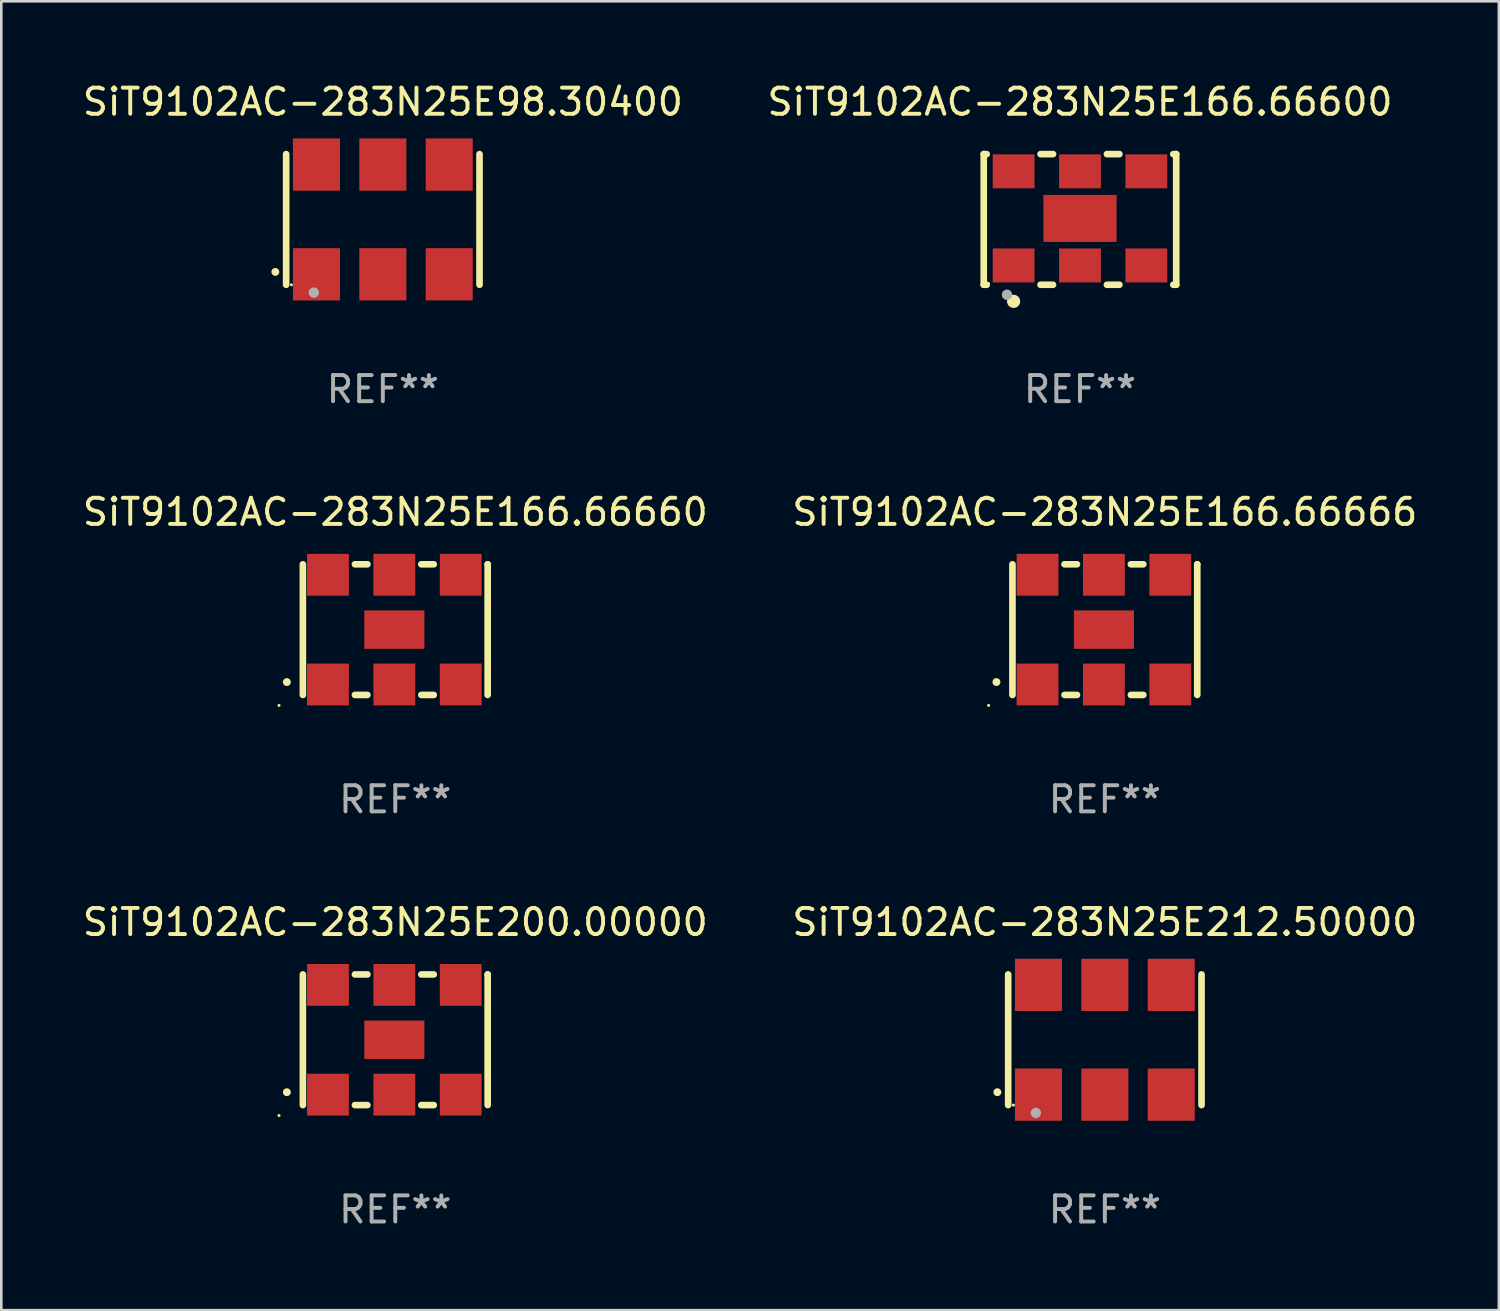
<source format=kicad_pcb>
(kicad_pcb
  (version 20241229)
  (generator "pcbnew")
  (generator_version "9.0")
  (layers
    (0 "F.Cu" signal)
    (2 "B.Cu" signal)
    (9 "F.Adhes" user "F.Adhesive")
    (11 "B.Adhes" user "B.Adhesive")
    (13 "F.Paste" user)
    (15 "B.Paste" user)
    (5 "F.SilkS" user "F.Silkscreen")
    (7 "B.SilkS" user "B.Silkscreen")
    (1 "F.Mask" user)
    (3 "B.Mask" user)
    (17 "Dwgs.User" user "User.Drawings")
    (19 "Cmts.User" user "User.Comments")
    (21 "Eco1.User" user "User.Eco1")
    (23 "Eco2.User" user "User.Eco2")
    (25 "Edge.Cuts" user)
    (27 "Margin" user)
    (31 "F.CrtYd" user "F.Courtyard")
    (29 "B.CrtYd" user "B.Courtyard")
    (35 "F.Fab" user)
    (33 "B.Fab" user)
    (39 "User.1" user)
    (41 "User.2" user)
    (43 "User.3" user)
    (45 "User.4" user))
  (footprint "SiT9102AC-283N25E200.00000"
    (layer "F.Cu")
    (at 12.077 36.741)
    (property "Reference" "SiT9102AC-283N25E200.00000" (at 0 -4.5 0) (layer "F.SilkS") (effects (font (size 1 1) (thickness 0.15))))
    (attr through_hole)
    (fp_line (start -3.536 -2.5) (end -3.536 2.5) (stroke (width 0.254) (type solid)) (layer "F.SilkS"))
    (fp_line (start -1.544 2.5) (end -1.067 2.5) (stroke (width 0.254) (type solid)) (layer "F.SilkS"))
    (fp_line (start -1.067 -2.5) (end -1.544 -2.5) (stroke (width 0.254) (type solid)) (layer "F.SilkS"))
    (fp_line (start 0.996 2.5) (end 1.473 2.5) (stroke (width 0.254) (type solid)) (layer "F.SilkS"))
    (fp_line (start 1.473 -2.5) (end 0.996 -2.5) (stroke (width 0.254) (type solid)) (layer "F.SilkS"))
    (fp_line (start 3.536 -2.5) (end 3.536 -2.5) (stroke (width 0.254) (type solid)) (layer "F.SilkS"))
    (fp_line (start 3.536 2.5) (end 3.536 -2.5) (stroke (width 0.254) (type solid)) (layer "F.SilkS"))
    (fp_arc (start -4.150432 2.006604) (mid -4.149162 2.006599) (end -4.147892 2.006604) (stroke (width 0.3) (type solid)) (layer "F.SilkS"))
    (fp_circle (center -4.449 2.9) (end -4.419 2.9) (stroke (width 0.06) (type solid)) (fill no) (layer "F.SilkS"))
    (fp_text user "REF**" (at 0 6.5 0) (layer "F.Fab") (effects (font (size 1 1) (thickness 0.15))))
    (pad "1" smd rect (at -2.576 2.1) (size 1.6 1.6) (layers "F.Cu" "F.Mask" "F.Paste"))
    (pad "2" smd rect (at -0.036 2.1) (size 1.6 1.6) (layers "F.Cu" "F.Mask" "F.Paste"))
    (pad "3" smd rect (at 2.504 2.1) (size 1.6 1.6) (layers "F.Cu" "F.Mask" "F.Paste"))
    (pad "4" smd rect (at 2.504 -2.1) (size 1.6 1.6) (layers "F.Cu" "F.Mask" "F.Paste"))
    (pad "5" smd rect (at -0.036 -2.1) (size 1.6 1.6) (layers "F.Cu" "F.Mask" "F.Paste"))
    (pad "6" smd rect (at -2.576 -2.1) (size 1.6 1.6) (layers "F.Cu" "F.Mask" "F.Paste"))
    (pad "7" smd rect (at -0.036 0) (size 2.3 1.47) (layers "F.Cu" "F.Mask" "F.Paste")))
  (footprint "SiT9102AC-283N25E166.66600"
    (layer "F.Cu")
    (at 38.28 5.348)
    (property "Reference" "SiT9102AC-283N25E166.66600" (at 0 -4.5 0) (layer "F.SilkS") (effects (font (size 1 1) (thickness 0.15))))
    (attr through_hole)
    (fp_line (start -3.683 -2.5) (end -3.571 -2.5) (stroke (width 0.254) (type solid)) (layer "F.SilkS"))
    (fp_line (start -3.683 2.5) (end -3.683 -2.5) (stroke (width 0.254) (type solid)) (layer "F.SilkS"))
    (fp_line (start -3.683 2.5) (end -3.571 2.5) (stroke (width 0.254) (type solid)) (layer "F.SilkS"))
    (fp_line (start -1.509 -2.5) (end -1.031 -2.5) (stroke (width 0.254) (type solid)) (layer "F.SilkS"))
    (fp_line (start -1.509 2.5) (end -1.031 2.5) (stroke (width 0.254) (type solid)) (layer "F.SilkS"))
    (fp_line (start 1.031 -2.5) (end 1.509 -2.5) (stroke (width 0.254) (type solid)) (layer "F.SilkS"))
    (fp_line (start 1.031 2.5) (end 1.509 2.5) (stroke (width 0.254) (type solid)) (layer "F.SilkS"))
    (fp_line (start 3.571 -2.5) (end 3.683 -2.5) (stroke (width 0.254) (type solid)) (layer "F.SilkS"))
    (fp_line (start 3.571 2.5) (end 3.683 2.5) (stroke (width 0.254) (type solid)) (layer "F.SilkS"))
    (fp_line (start 3.683 2.5) (end 3.683 -2.5) (stroke (width 0.254) (type solid)) (layer "F.SilkS"))
    (fp_circle (center -3.5 2.46) (end -3.47 2.46) (stroke (width 0.06) (type solid)) (fill no) (layer "F.SilkS"))
    (fp_circle (center -2.54 3.135) (end -2.413 3.135) (stroke (width 0.254) (type solid)) (fill no) (layer "F.SilkS"))
    (fp_circle (center -2.794 2.881) (end -2.694 2.881) (stroke (width 0.2) (type solid)) (fill no) (layer "F.Fab"))
    (fp_text user "REF**" (at 0 6.5 0) (layer "F.Fab") (effects (font (size 1 1) (thickness 0.15))))
    (pad "1" smd rect (at -2.54 1.76) (size 1.6 1.3) (layers "F.Cu" "F.Mask" "F.Paste"))
    (pad "2" smd rect (at 0 1.76) (size 1.6 1.3) (layers "F.Cu" "F.Mask" "F.Paste"))
    (pad "3" smd rect (at 2.54 1.76) (size 1.6 1.3) (layers "F.Cu" "F.Mask" "F.Paste"))
    (pad "4" smd rect (at 2.54 -1.84) (size 1.6 1.3) (layers "F.Cu" "F.Mask" "F.Paste"))
    (pad "5" smd rect (at 0 -1.84) (size 1.6 1.3) (layers "F.Cu" "F.Mask" "F.Paste"))
    (pad "6" smd rect (at -2.54 -1.84) (size 1.6 1.3) (layers "F.Cu" "F.Mask" "F.Paste"))
    (pad "7" smd rect (at 0 -0.04) (size 2.8 1.8) (layers "F.Cu" "F.Mask" "F.Paste")))
  (footprint "SiT9102AC-283N25E166.66666"
    (layer "F.Cu")
    (at 39.232 21.045)
    (property "Reference" "SiT9102AC-283N25E166.66666" (at 0 -4.5 0) (layer "F.SilkS") (effects (font (size 1 1) (thickness 0.15))))
    (attr through_hole)
    (fp_line (start -3.536 -2.5) (end -3.536 2.5) (stroke (width 0.254) (type solid)) (layer "F.SilkS"))
    (fp_line (start -1.544 2.5) (end -1.067 2.5) (stroke (width 0.254) (type solid)) (layer "F.SilkS"))
    (fp_line (start -1.067 -2.5) (end -1.544 -2.5) (stroke (width 0.254) (type solid)) (layer "F.SilkS"))
    (fp_line (start 0.996 2.5) (end 1.473 2.5) (stroke (width 0.254) (type solid)) (layer "F.SilkS"))
    (fp_line (start 1.473 -2.5) (end 0.996 -2.5) (stroke (width 0.254) (type solid)) (layer "F.SilkS"))
    (fp_line (start 3.536 -2.5) (end 3.536 -2.5) (stroke (width 0.254) (type solid)) (layer "F.SilkS"))
    (fp_line (start 3.536 2.5) (end 3.536 -2.5) (stroke (width 0.254) (type solid)) (layer "F.SilkS"))
    (fp_arc (start -4.150432 2.006604) (mid -4.149162 2.006599) (end -4.147892 2.006604) (stroke (width 0.3) (type solid)) (layer "F.SilkS"))
    (fp_circle (center -4.449 2.9) (end -4.419 2.9) (stroke (width 0.06) (type solid)) (fill no) (layer "F.SilkS"))
    (fp_text user "REF**" (at 0 6.5 0) (layer "F.Fab") (effects (font (size 1 1) (thickness 0.15))))
    (pad "1" smd rect (at -2.576 2.1) (size 1.6 1.6) (layers "F.Cu" "F.Mask" "F.Paste"))
    (pad "2" smd rect (at -0.036 2.1) (size 1.6 1.6) (layers "F.Cu" "F.Mask" "F.Paste"))
    (pad "3" smd rect (at 2.504 2.1) (size 1.6 1.6) (layers "F.Cu" "F.Mask" "F.Paste"))
    (pad "4" smd rect (at 2.504 -2.1) (size 1.6 1.6) (layers "F.Cu" "F.Mask" "F.Paste"))
    (pad "5" smd rect (at -0.036 -2.1) (size 1.6 1.6) (layers "F.Cu" "F.Mask" "F.Paste"))
    (pad "6" smd rect (at -2.576 -2.1) (size 1.6 1.6) (layers "F.Cu" "F.Mask" "F.Paste"))
    (pad "7" smd rect (at -0.036 0) (size 2.3 1.47) (layers "F.Cu" "F.Mask" "F.Paste")))
  (footprint "SiT9102AC-283N25E212.50000"
    (layer "F.Cu")
    (at 39.232 36.741)
    (property "Reference" "SiT9102AC-283N25E212.50000" (at 0 -4.5 0) (layer "F.SilkS") (effects (font (size 1 1) (thickness 0.15))))
    (attr through_hole)
    (fp_line (start -3.7 -2.5) (end -3.7 2.5) (stroke (width 0.254) (type solid)) (layer "F.SilkS"))
    (fp_line (start 3.7 -2.5) (end 3.7 2.5) (stroke (width 0.254) (type solid)) (layer "F.SilkS"))
    (fp_arc (start -4.114415 2.006604) (mid -4.113145 2.006599) (end -4.111875 2.006604) (stroke (width 0.3) (type solid)) (layer "F.SilkS"))
    (fp_circle (center -3.5 2.501) (end -3.47 2.501) (stroke (width 0.06) (type solid)) (fill no) (layer "F.SilkS"))
    (fp_circle (center -2.641 2.799) (end -2.541 2.799) (stroke (width 0.2) (type solid)) (fill no) (layer "F.Fab"))
    (fp_text user "REF**" (at 0 6.5 0) (layer "F.Fab") (effects (font (size 1 1) (thickness 0.15))))
    (pad "1" smd rect (at -2.54 2.1) (size 1.8 2) (layers "F.Cu" "F.Mask" "F.Paste"))
    (pad "2" smd rect (at 0.000394 2.1) (size 1.8 2) (layers "F.Cu" "F.Mask" "F.Paste"))
    (pad "3" smd rect (at 2.54 2.1) (size 1.8 2) (layers "F.Cu" "F.Mask" "F.Paste"))
    (pad "4" smd rect (at 2.54 -2.1) (size 1.8 2) (layers "F.Cu" "F.Mask" "F.Paste"))
    (pad "5" smd rect (at 0.000394 -2.1) (size 1.8 2) (layers "F.Cu" "F.Mask" "F.Paste"))
    (pad "6" smd rect (at -2.54 -2.1) (size 1.8 2) (layers "F.Cu" "F.Mask" "F.Paste")))
  (footprint "SiT9102AC-283N25E98.30400"
    (layer "F.Cu")
    (at 11.601 5.348)
    (property "Reference" "SiT9102AC-283N25E98.30400" (at 0 -4.5 0) (layer "F.SilkS") (effects (font (size 1 1) (thickness 0.15))))
    (attr through_hole)
    (fp_line (start -3.7 -2.5) (end -3.7 2.5) (stroke (width 0.254) (type solid)) (layer "F.SilkS"))
    (fp_line (start 3.7 -2.5) (end 3.7 2.5) (stroke (width 0.254) (type solid)) (layer "F.SilkS"))
    (fp_arc (start -4.114415 2.006604) (mid -4.113145 2.006599) (end -4.111875 2.006604) (stroke (width 0.3) (type solid)) (layer "F.SilkS"))
    (fp_circle (center -3.5 2.501) (end -3.47 2.501) (stroke (width 0.06) (type solid)) (fill no) (layer "F.SilkS"))
    (fp_circle (center -2.641 2.799) (end -2.541 2.799) (stroke (width 0.2) (type solid)) (fill no) (layer "F.Fab"))
    (fp_text user "REF**" (at 0 6.5 0) (layer "F.Fab") (effects (font (size 1 1) (thickness 0.15))))
    (pad "1" smd rect (at -2.54 2.1) (size 1.8 2) (layers "F.Cu" "F.Mask" "F.Paste"))
    (pad "2" smd rect (at 0.000394 2.1) (size 1.8 2) (layers "F.Cu" "F.Mask" "F.Paste"))
    (pad "3" smd rect (at 2.54 2.1) (size 1.8 2) (layers "F.Cu" "F.Mask" "F.Paste"))
    (pad "4" smd rect (at 2.54 -2.1) (size 1.8 2) (layers "F.Cu" "F.Mask" "F.Paste"))
    (pad "5" smd rect (at 0.000394 -2.1) (size 1.8 2) (layers "F.Cu" "F.Mask" "F.Paste"))
    (pad "6" smd rect (at -2.54 -2.1) (size 1.8 2) (layers "F.Cu" "F.Mask" "F.Paste")))
  (footprint "SiT9102AC-283N25E166.66660"
    (layer "F.Cu")
    (at 12.077 21.045)
    (property "Reference" "SiT9102AC-283N25E166.66660" (at 0 -4.5 0) (layer "F.SilkS") (effects (font (size 1 1) (thickness 0.15))))
    (attr through_hole)
    (fp_line (start -3.536 -2.5) (end -3.536 2.5) (stroke (width 0.254) (type solid)) (layer "F.SilkS"))
    (fp_line (start -1.544 2.5) (end -1.067 2.5) (stroke (width 0.254) (type solid)) (layer "F.SilkS"))
    (fp_line (start -1.067 -2.5) (end -1.544 -2.5) (stroke (width 0.254) (type solid)) (layer "F.SilkS"))
    (fp_line (start 0.996 2.5) (end 1.473 2.5) (stroke (width 0.254) (type solid)) (layer "F.SilkS"))
    (fp_line (start 1.473 -2.5) (end 0.996 -2.5) (stroke (width 0.254) (type solid)) (layer "F.SilkS"))
    (fp_line (start 3.536 -2.5) (end 3.536 -2.5) (stroke (width 0.254) (type solid)) (layer "F.SilkS"))
    (fp_line (start 3.536 2.5) (end 3.536 -2.5) (stroke (width 0.254) (type solid)) (layer "F.SilkS"))
    (fp_arc (start -4.150432 2.006604) (mid -4.149162 2.006599) (end -4.147892 2.006604) (stroke (width 0.3) (type solid)) (layer "F.SilkS"))
    (fp_circle (center -4.449 2.9) (end -4.419 2.9) (stroke (width 0.06) (type solid)) (fill no) (layer "F.SilkS"))
    (fp_text user "REF**" (at 0 6.5 0) (layer "F.Fab") (effects (font (size 1 1) (thickness 0.15))))
    (pad "1" smd rect (at -2.576 2.1) (size 1.6 1.6) (layers "F.Cu" "F.Mask" "F.Paste"))
    (pad "2" smd rect (at -0.036 2.1) (size 1.6 1.6) (layers "F.Cu" "F.Mask" "F.Paste"))
    (pad "3" smd rect (at 2.504 2.1) (size 1.6 1.6) (layers "F.Cu" "F.Mask" "F.Paste"))
    (pad "4" smd rect (at 2.504 -2.1) (size 1.6 1.6) (layers "F.Cu" "F.Mask" "F.Paste"))
    (pad "5" smd rect (at -0.036 -2.1) (size 1.6 1.6) (layers "F.Cu" "F.Mask" "F.Paste"))
    (pad "6" smd rect (at -2.576 -2.1) (size 1.6 1.6) (layers "F.Cu" "F.Mask" "F.Paste"))
    (pad "7" smd rect (at -0.036 0) (size 2.3 1.47) (layers "F.Cu" "F.Mask" "F.Paste")))
  (gr_rect
    (start -3 -3)
    (end 54.31 47.09)
    (stroke (width 0.1) (type default))
    (fill no)
    (layer "Edge.Cuts")))
</source>
